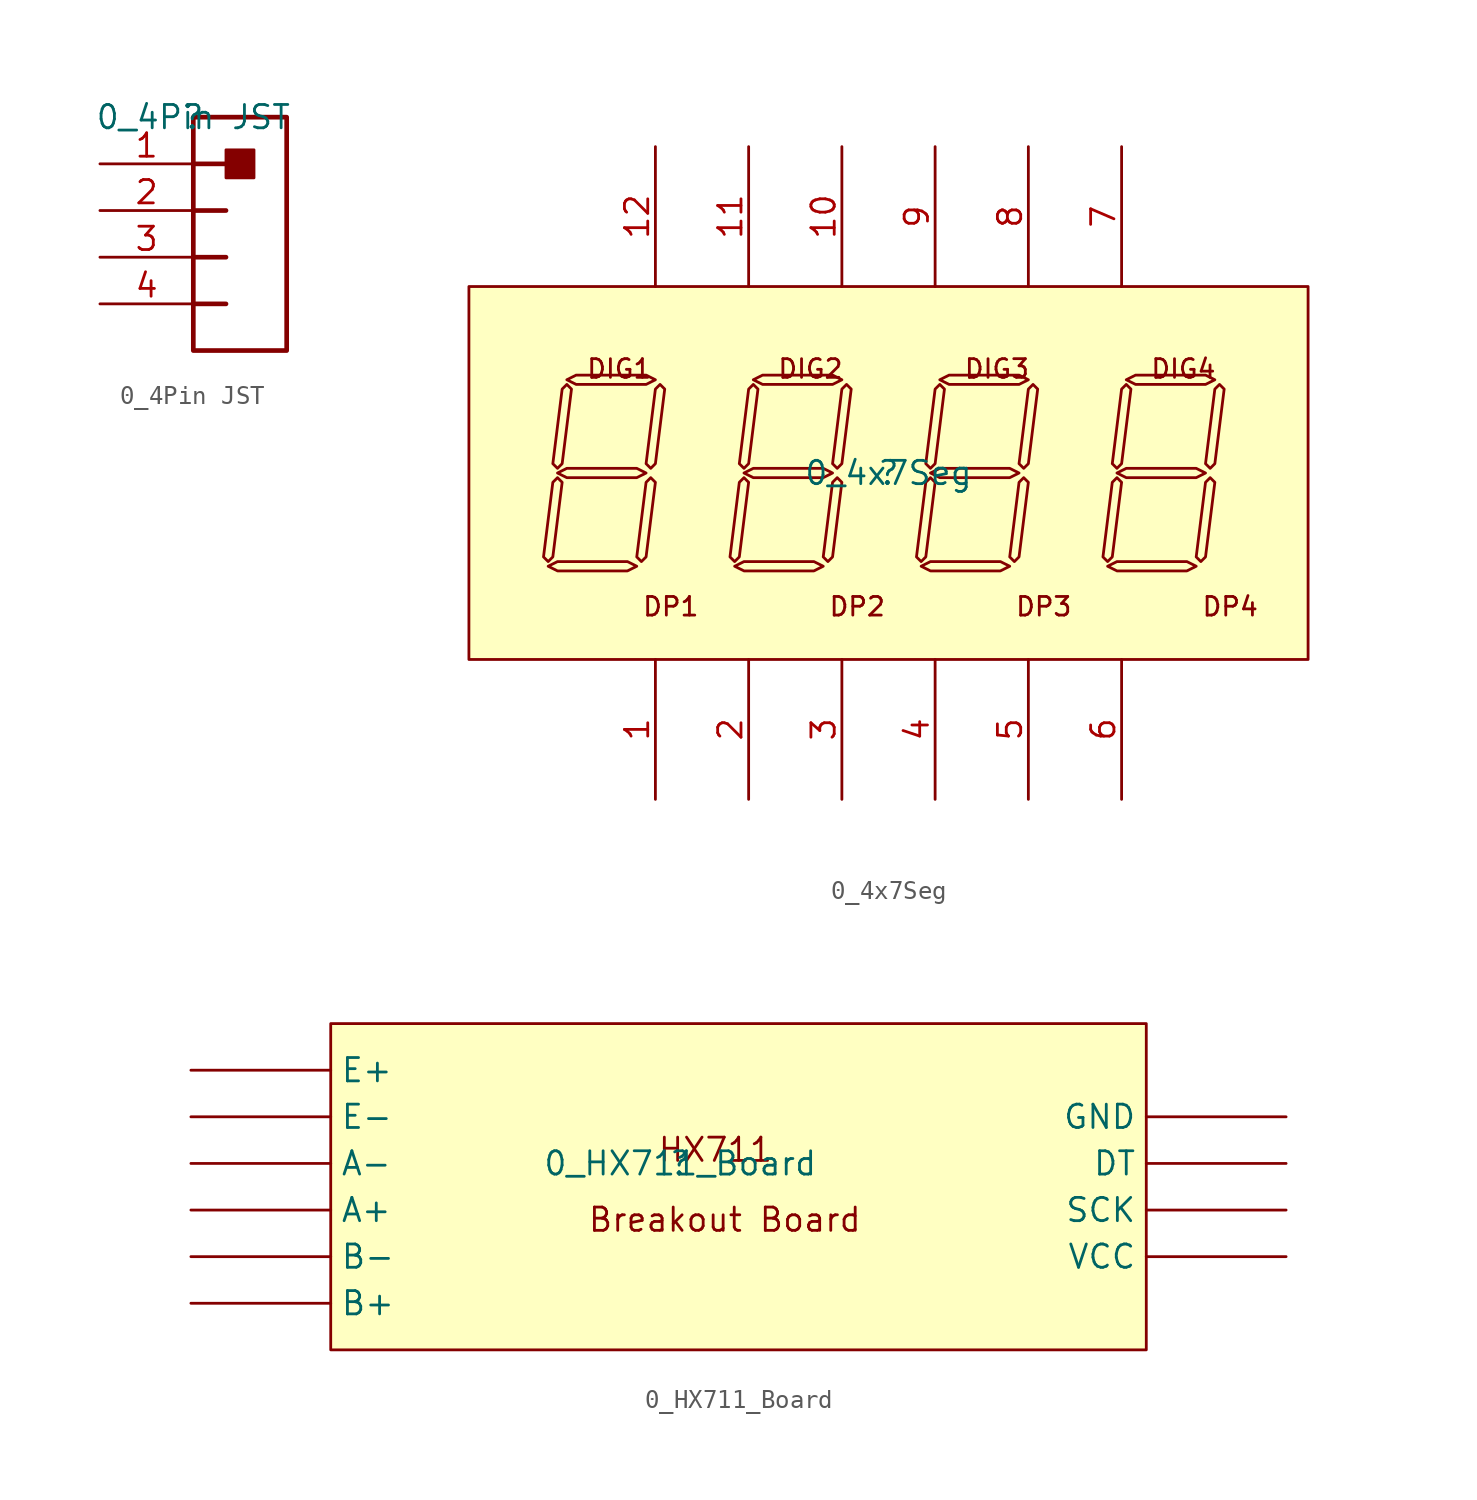
<source format=kicad_sym>
(kicad_symbol_lib
  (version 20211014)
  (generator kicad_symbol_editor)
  (symbol "0_4Pin JST"
    (property "Reference" ""
      (at 0 0 0)
      (effects (font (size 1.27 1.27))))
    (property "Value" "0_4Pin JST"
      (at 0 0 0)
      (effects (font (size 1.27 1.27))))
    (symbol "0_4Pin JST_1_0"
      (polyline (pts (xy 0 -10.16) (xy 1.778 -10.16)) (stroke (width 0.254) (type default) (color 0 0 0 0)) (fill (type none)))
      (polyline (pts (xy 0 -7.62) (xy 1.778 -7.62)) (stroke (width 0.254) (type default) (color 0 0 0 0)) (fill (type none)))
      (polyline (pts (xy 0 -5.08) (xy 1.778 -5.08)) (stroke (width 0.254) (type default) (color 0 0 0 0)) (fill (type none)))
      (polyline (pts (xy 0 -2.54) (xy 1.778 -2.54)) (stroke (width 0.254) (type default) (color 0 0 0 0)) (fill (type none)))
      (polyline (pts (xy 5.08 0) (xy 0 0) (xy 0 -12.7) (xy 5.08 -12.7) (xy 5.08 0)) (stroke (width 0.254) (type default) (color 0 0 0 0)) (fill (type none)))
      (rectangle (start 3.302 -1.778) (end 1.778 -3.302) (stroke (width 0) (type default) (color 0 0 0 0)) (fill (type outline)))
      (pin passive line (at -5.08 -2.54 0) (length 5.08) (name "1" (effects (font (size 0 0)))) (number "1" (effects (font (size 1.27 1.27)))))
      (pin passive line (at -5.08 -5.08 0) (length 5.08) (name "2" (effects (font (size 0 0)))) (number "2" (effects (font (size 1.27 1.27)))))
      (pin passive line (at -5.08 -7.62 0) (length 5.08) (name "3" (effects (font (size 0 0)))) (number "3" (effects (font (size 1.27 1.27)))))
      (pin passive line (at -5.08 -10.16 0) (length 5.08) (name "4" (effects (font (size 0 0)))) (number "4" (effects (font (size 1.27 1.27)))))))
  (symbol "0_4x7Seg"
    (property "Reference" ""
      (at 0 0 0)
      (effects (font (size 1.27 1.27))))
    (property "Value" "0_4x7Seg"
      (at 0 0 0)
      (effects (font (size 1.27 1.27))))
    (symbol "0_4x7Seg_1_0"
      (polyline (pts (xy -18.542 -5.08) (xy -18.034 -4.826) (xy -14.224 -4.826) (xy -13.716 -5.08) (xy -14.224 -5.334) (xy -18.034 -5.334) (xy -18.542 -5.08) (xy -18.542 -5.08)) (stroke (width 0) (type default) (color 0 0 0 0)) (fill (type background)))
      (polyline (pts (xy -18.034 -0.254) (xy -18.288 -0.508) (xy -18.796 -4.572) (xy -18.542 -4.826) (xy -18.288 -4.572) (xy -17.78 -0.508) (xy -18.034 -0.254) (xy -18.034 -0.254)) (stroke (width 0) (type default) (color 0 0 0 0)) (fill (type background)))
      (polyline (pts (xy -18.034 0) (xy -17.526 0.254) (xy -13.716 0.254) (xy -13.208 0) (xy -13.716 -0.254) (xy -17.526 -0.254) (xy -18.034 0) (xy -18.034 0)) (stroke (width 0) (type default) (color 0 0 0 0)) (fill (type background)))
      (polyline (pts (xy -17.526 4.826) (xy -17.78 4.572) (xy -18.288 0.508) (xy -18.034 0.254) (xy -17.78 0.508) (xy -17.272 4.572) (xy -17.526 4.826) (xy -17.526 4.826)) (stroke (width 0) (type default) (color 0 0 0 0)) (fill (type background)))
      (polyline (pts (xy -17.526 5.08) (xy -17.018 5.334) (xy -13.208 5.334) (xy -12.7 5.08) (xy -13.208 4.826) (xy -17.018 4.826) (xy -17.526 5.08) (xy -17.526 5.08)) (stroke (width 0) (type default) (color 0 0 0 0)) (fill (type background)))
      (polyline (pts (xy -12.954 -0.254) (xy -13.208 -0.508) (xy -13.716 -4.572) (xy -13.462 -4.826) (xy -13.208 -4.572) (xy -12.7 -0.508) (xy -12.954 -0.254) (xy -12.954 -0.254)) (stroke (width 0) (type default) (color 0 0 0 0)) (fill (type background)))
      (polyline (pts (xy -12.446 4.826) (xy -12.7 4.572) (xy -13.208 0.508) (xy -12.954 0.254) (xy -12.7 0.508) (xy -12.192 4.572) (xy -12.446 4.826) (xy -12.446 4.826)) (stroke (width 0) (type default) (color 0 0 0 0)) (fill (type background)))
      (polyline (pts (xy -8.382 -5.08) (xy -7.874 -4.826) (xy -4.064 -4.826) (xy -3.556 -5.08) (xy -4.064 -5.334) (xy -7.874 -5.334) (xy -8.382 -5.08) (xy -8.382 -5.08)) (stroke (width 0) (type default) (color 0 0 0 0)) (fill (type background)))
      (polyline (pts (xy -7.874 -0.254) (xy -8.128 -0.508) (xy -8.636 -4.572) (xy -8.382 -4.826) (xy -8.128 -4.572) (xy -7.62 -0.508) (xy -7.874 -0.254) (xy -7.874 -0.254)) (stroke (width 0) (type default) (color 0 0 0 0)) (fill (type background)))
      (polyline (pts (xy -7.874 0) (xy -7.366 0.254) (xy -3.556 0.254) (xy -3.048 0) (xy -3.556 -0.254) (xy -7.366 -0.254) (xy -7.874 0) (xy -7.874 0)) (stroke (width 0) (type default) (color 0 0 0 0)) (fill (type background)))
      (polyline (pts (xy -7.366 4.826) (xy -7.62 4.572) (xy -8.128 0.508) (xy -7.874 0.254) (xy -7.62 0.508) (xy -7.112 4.572) (xy -7.366 4.826) (xy -7.366 4.826)) (stroke (width 0) (type default) (color 0 0 0 0)) (fill (type background)))
      (polyline (pts (xy -7.366 5.08) (xy -6.858 5.334) (xy -3.048 5.334) (xy -2.54 5.08) (xy -3.048 4.826) (xy -6.858 4.826) (xy -7.366 5.08) (xy -7.366 5.08)) (stroke (width 0) (type default) (color 0 0 0 0)) (fill (type background)))
      (polyline (pts (xy -2.794 -0.254) (xy -3.048 -0.508) (xy -3.556 -4.572) (xy -3.302 -4.826) (xy -3.048 -4.572) (xy -2.54 -0.508) (xy -2.794 -0.254) (xy -2.794 -0.254)) (stroke (width 0) (type default) (color 0 0 0 0)) (fill (type background)))
      (polyline (pts (xy -2.286 4.826) (xy -2.54 4.572) (xy -3.048 0.508) (xy -2.794 0.254) (xy -2.54 0.508) (xy -2.032 4.572) (xy -2.286 4.826) (xy -2.286 4.826)) (stroke (width 0) (type default) (color 0 0 0 0)) (fill (type background)))
      (polyline (pts (xy 1.778 -5.08) (xy 2.286 -4.826) (xy 6.096 -4.826) (xy 6.604 -5.08) (xy 6.096 -5.334) (xy 2.286 -5.334) (xy 1.778 -5.08) (xy 1.778 -5.08)) (stroke (width 0) (type default) (color 0 0 0 0)) (fill (type background)))
      (polyline (pts (xy 2.286 -0.254) (xy 2.032 -0.508) (xy 1.524 -4.572) (xy 1.778 -4.826) (xy 2.032 -4.572) (xy 2.54 -0.508) (xy 2.286 -0.254) (xy 2.286 -0.254)) (stroke (width 0) (type default) (color 0 0 0 0)) (fill (type background)))
      (polyline (pts (xy 2.286 0) (xy 2.794 0.254) (xy 6.604 0.254) (xy 7.112 0) (xy 6.604 -0.254) (xy 2.794 -0.254) (xy 2.286 0) (xy 2.286 0)) (stroke (width 0) (type default) (color 0 0 0 0)) (fill (type background)))
      (polyline (pts (xy 2.794 4.826) (xy 2.54 4.572) (xy 2.032 0.508) (xy 2.286 0.254) (xy 2.54 0.508) (xy 3.048 4.572) (xy 2.794 4.826) (xy 2.794 4.826)) (stroke (width 0) (type default) (color 0 0 0 0)) (fill (type background)))
      (polyline (pts (xy 2.794 5.08) (xy 3.302 5.334) (xy 7.112 5.334) (xy 7.62 5.08) (xy 7.112 4.826) (xy 3.302 4.826) (xy 2.794 5.08) (xy 2.794 5.08)) (stroke (width 0) (type default) (color 0 0 0 0)) (fill (type background)))
      (polyline (pts (xy 7.366 -0.254) (xy 7.112 -0.508) (xy 6.604 -4.572) (xy 6.858 -4.826) (xy 7.112 -4.572) (xy 7.62 -0.508) (xy 7.366 -0.254) (xy 7.366 -0.254)) (stroke (width 0) (type default) (color 0 0 0 0)) (fill (type background)))
      (polyline (pts (xy 7.874 4.826) (xy 7.62 4.572) (xy 7.112 0.508) (xy 7.366 0.254) (xy 7.62 0.508) (xy 8.128 4.572) (xy 7.874 4.826) (xy 7.874 4.826)) (stroke (width 0) (type default) (color 0 0 0 0)) (fill (type background)))
      (polyline (pts (xy 11.938 -5.08) (xy 12.446 -4.826) (xy 16.256 -4.826) (xy 16.764 -5.08) (xy 16.256 -5.334) (xy 12.446 -5.334) (xy 11.938 -5.08) (xy 11.938 -5.08)) (stroke (width 0) (type default) (color 0 0 0 0)) (fill (type background)))
      (polyline (pts (xy 12.446 -0.254) (xy 12.192 -0.508) (xy 11.684 -4.572) (xy 11.938 -4.826) (xy 12.192 -4.572) (xy 12.7 -0.508) (xy 12.446 -0.254) (xy 12.446 -0.254)) (stroke (width 0) (type default) (color 0 0 0 0)) (fill (type background)))
      (polyline (pts (xy 12.446 0) (xy 12.954 0.254) (xy 16.764 0.254) (xy 17.272 0) (xy 16.764 -0.254) (xy 12.954 -0.254) (xy 12.446 0) (xy 12.446 0)) (stroke (width 0) (type default) (color 0 0 0 0)) (fill (type background)))
      (polyline (pts (xy 12.954 4.826) (xy 12.7 4.572) (xy 12.192 0.508) (xy 12.446 0.254) (xy 12.7 0.508) (xy 13.208 4.572) (xy 12.954 4.826) (xy 12.954 4.826)) (stroke (width 0) (type default) (color 0 0 0 0)) (fill (type background)))
      (polyline (pts (xy 12.954 5.08) (xy 13.462 5.334) (xy 17.272 5.334) (xy 17.78 5.08) (xy 17.272 4.826) (xy 13.462 4.826) (xy 12.954 5.08) (xy 12.954 5.08)) (stroke (width 0) (type default) (color 0 0 0 0)) (fill (type background)))
      (polyline (pts (xy 17.526 -0.254) (xy 17.272 -0.508) (xy 16.764 -4.572) (xy 17.018 -4.826) (xy 17.272 -4.572) (xy 17.78 -0.508) (xy 17.526 -0.254) (xy 17.526 -0.254)) (stroke (width 0) (type default) (color 0 0 0 0)) (fill (type background)))
      (polyline (pts (xy 18.034 4.826) (xy 17.78 4.572) (xy 17.272 0.508) (xy 17.526 0.254) (xy 17.78 0.508) (xy 18.288 4.572) (xy 18.034 4.826) (xy 18.034 4.826)) (stroke (width 0) (type default) (color 0 0 0 0)) (fill (type background)))
      (rectangle (start 22.86 10.16) (end -22.86 -10.16) (stroke (width 0) (type default) (color 0 0 0 0)) (fill (type background)))
      (text "DIG1" (at -16.51 5.08 0) (effects (font (size 1.016 1.016)) (justify left bottom)))
      (text "DIG2" (at -6.096 5.08 0) (effects (font (size 1.016 1.016)) (justify left bottom)))
      (text "DIG3" (at 4.064 5.08 0) (effects (font (size 1.016 1.016)) (justify left bottom)))
      (text "DIG4" (at 14.224 5.08 0) (effects (font (size 1.016 1.016)) (justify left bottom)))
      (text "DP1" (at -13.462 -7.874 0) (effects (font (size 1.016 1.016)) (justify left bottom)))
      (text "DP2" (at -3.302 -7.874 0) (effects (font (size 1.016 1.016)) (justify left bottom)))
      (text "DP3" (at 6.858 -7.874 0) (effects (font (size 1.016 1.016)) (justify left bottom)))
      (text "DP4" (at 17.018 -7.874 0) (effects (font (size 1.016 1.016)) (justify left bottom)))
      (pin passive line (at -12.7 -17.78 90) (length 7.62) (name "1" (effects (font (size 0 0)))) (number "1" (effects (font (size 1.27 1.27)))))
      (pin passive line (at -2.54 17.78 270) (length 7.62) (name "10" (effects (font (size 0 0)))) (number "10" (effects (font (size 1.27 1.27)))))
      (pin passive line (at -7.62 17.78 270) (length 7.62) (name "11" (effects (font (size 0 0)))) (number "11" (effects (font (size 1.27 1.27)))))
      (pin passive line (at -12.7 17.78 270) (length 7.62) (name "12" (effects (font (size 0 0)))) (number "12" (effects (font (size 1.27 1.27)))))
      (pin passive line (at -7.62 -17.78 90) (length 7.62) (name "2" (effects (font (size 0 0)))) (number "2" (effects (font (size 1.27 1.27)))))
      (pin passive line (at -2.54 -17.78 90) (length 7.62) (name "3" (effects (font (size 0 0)))) (number "3" (effects (font (size 1.27 1.27)))))
      (pin passive line (at 2.54 -17.78 90) (length 7.62) (name "4" (effects (font (size 0 0)))) (number "4" (effects (font (size 1.27 1.27)))))
      (pin passive line (at 7.62 -17.78 90) (length 7.62) (name "5" (effects (font (size 0 0)))) (number "5" (effects (font (size 1.27 1.27)))))
      (pin passive line (at 12.7 -17.78 90) (length 7.62) (name "6" (effects (font (size 0 0)))) (number "6" (effects (font (size 1.27 1.27)))))
      (pin passive line (at 12.7 17.78 270) (length 7.62) (name "7" (effects (font (size 0 0)))) (number "7" (effects (font (size 1.27 1.27)))))
      (pin passive line (at 7.62 17.78 270) (length 7.62) (name "8" (effects (font (size 0 0)))) (number "8" (effects (font (size 1.27 1.27)))))
      (pin passive line (at 2.54 17.78 270) (length 7.62) (name "9" (effects (font (size 0 0)))) (number "9" (effects (font (size 1.27 1.27)))))))
  (symbol "0_HX711_Board"
    (property "Reference" ""
      (at 0 0 0)
      (effects (font (size 1.27 1.27))))
    (property "Value" "0_HX711_Board"
      (at 0 0 0)
      (effects (font (size 1.27 1.27))))
    (symbol "0_HX711_Board_1_0"
      (rectangle (start 25.4 7.62) (end -19.05 -10.16) (stroke (width 0) (type default) (color 0 0 0 0)) (fill (type background)))
      (text "Breakout Board" (at -5.08 -3.81 0) (effects (font (size 1.27 1.27)) (justify left bottom)))
      (text "HX711" (at -1.27 0 0) (effects (font (size 1.27 1.27)) (justify left bottom)))
      (pin passive line (at -26.67 5.08 0) (length 7.62) (name "E+" (effects (font (size 1.27 1.27)))) (number "1" (effects (font (size 0 0)))))
      (pin passive line (at 33.02 2.54 180) (length 7.62) (name "GND" (effects (font (size 1.27 1.27)))) (number "10" (effects (font (size 0 0)))))
      (pin passive line (at -26.67 2.54 0) (length 7.62) (name "E-" (effects (font (size 1.27 1.27)))) (number "2" (effects (font (size 0 0)))))
      (pin passive line (at -26.67 0 0) (length 7.62) (name "A-" (effects (font (size 1.27 1.27)))) (number "3" (effects (font (size 0 0)))))
      (pin passive line (at -26.67 -2.54 0) (length 7.62) (name "A+" (effects (font (size 1.27 1.27)))) (number "4" (effects (font (size 0 0)))))
      (pin passive line (at -26.67 -5.08 0) (length 7.62) (name "B-" (effects (font (size 1.27 1.27)))) (number "5" (effects (font (size 0 0)))))
      (pin passive line (at -26.67 -7.62 0) (length 7.62) (name "B+" (effects (font (size 1.27 1.27)))) (number "6" (effects (font (size 0 0)))))
      (pin passive line (at 33.02 -5.08 180) (length 7.62) (name "VCC" (effects (font (size 1.27 1.27)))) (number "7" (effects (font (size 0 0)))))
      (pin passive line (at 33.02 -2.54 180) (length 7.62) (name "SCK" (effects (font (size 1.27 1.27)))) (number "8" (effects (font (size 0 0)))))
      (pin passive line (at 33.02 0 180) (length 7.62) (name "DT" (effects (font (size 1.27 1.27)))) (number "9" (effects (font (size 0 0))))))))
</source>
